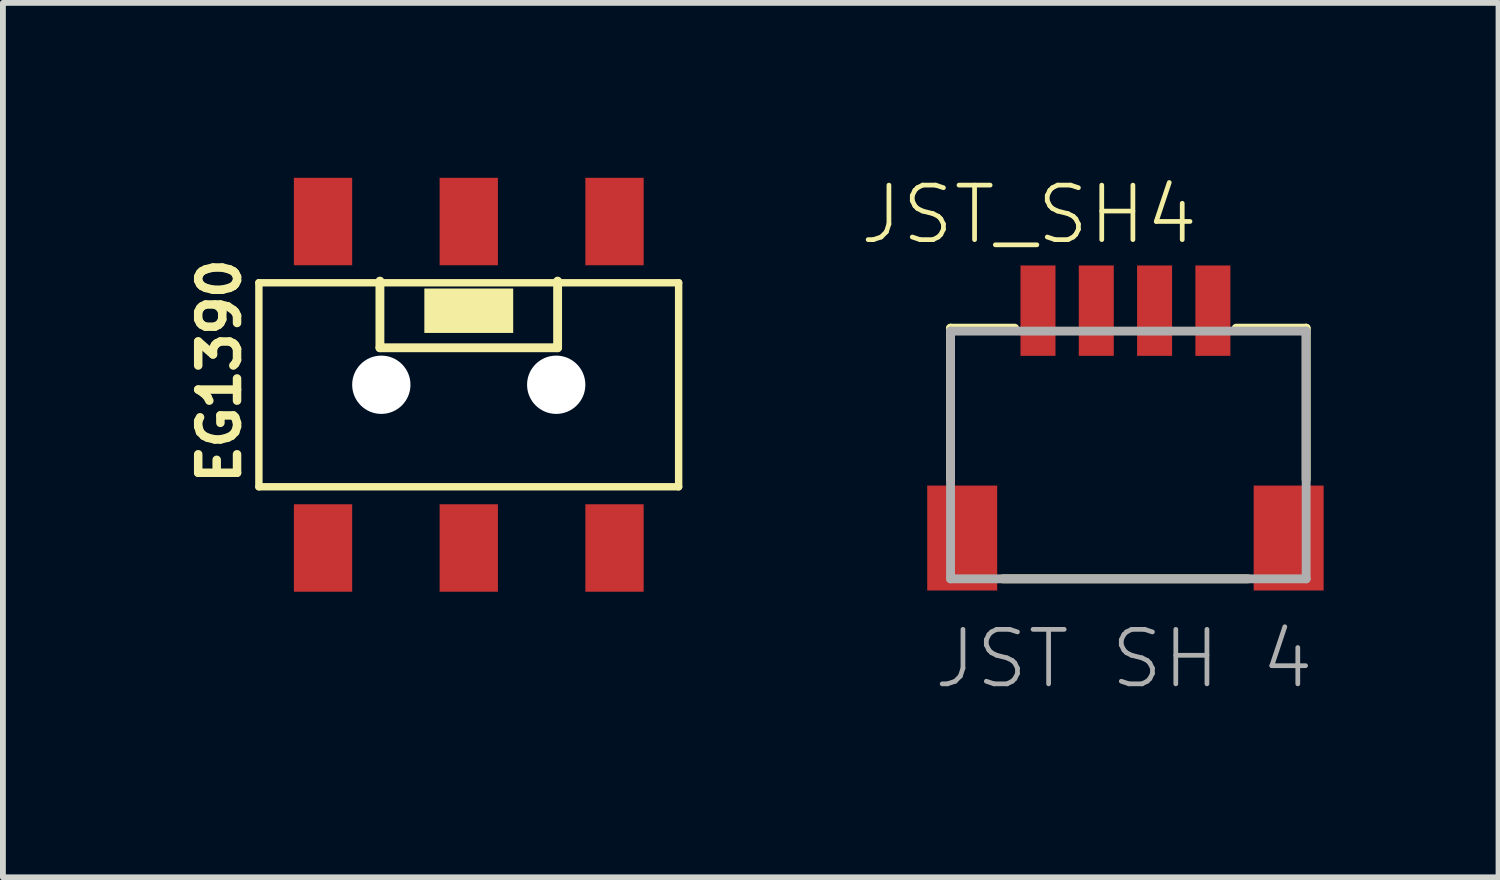
<source format=kicad_pcb>
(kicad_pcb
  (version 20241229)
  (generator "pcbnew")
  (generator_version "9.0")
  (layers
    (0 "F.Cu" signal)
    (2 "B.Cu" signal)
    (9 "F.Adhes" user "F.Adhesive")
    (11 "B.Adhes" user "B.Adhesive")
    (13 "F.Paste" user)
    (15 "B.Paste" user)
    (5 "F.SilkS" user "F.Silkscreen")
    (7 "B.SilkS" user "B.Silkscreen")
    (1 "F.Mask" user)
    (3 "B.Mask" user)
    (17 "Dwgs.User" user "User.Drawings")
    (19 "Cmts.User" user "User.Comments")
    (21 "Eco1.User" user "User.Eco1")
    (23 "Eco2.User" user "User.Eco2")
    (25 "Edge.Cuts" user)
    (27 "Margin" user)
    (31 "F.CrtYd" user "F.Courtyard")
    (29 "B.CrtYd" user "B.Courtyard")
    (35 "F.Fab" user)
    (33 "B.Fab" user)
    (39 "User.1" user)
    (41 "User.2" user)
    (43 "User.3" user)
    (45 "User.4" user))
  (footprint "EG1390"
    (layer "F.Cu")
    (at 4.991 3.55)
    (property "Reference" "EG1390" (at -3.886 1.764 90) (layer "F.SilkS") (effects (font (size 0.666 0.666) (thickness 0.146)) (justify left bottom)))
    (fp_line (start -3.6 -1.75) (end 3.6 -1.75) (stroke (width 0.127) (type solid)) (layer "F.SilkS"))
    (fp_line (start -3.6 1.75) (end -3.6 -1.75) (stroke (width 0.127) (type solid)) (layer "F.SilkS"))
    (fp_line (start -1.524 -1.778) (end -1.524 -0.635) (stroke (width 0.152) (type solid)) (layer "F.SilkS"))
    (fp_line (start -1.524 -0.635) (end 1.524 -0.635) (stroke (width 0.152) (type solid)) (layer "F.SilkS"))
    (fp_line (start 1.524 -0.635) (end 1.524 -1.778) (stroke (width 0.152) (type solid)) (layer "F.SilkS"))
    (fp_line (start 3.6 -1.75) (end 3.6 1.75) (stroke (width 0.127) (type solid)) (layer "F.SilkS"))
    (fp_line (start 3.6 1.75) (end -3.6 1.75) (stroke (width 0.127) (type solid)) (layer "F.SilkS"))
    (fp_poly (pts (xy -0.762 -0.889) (xy 0.762 -0.889) (xy 0.762 -1.651) (xy -0.762 -1.651)) (stroke (width 0) (type default)) (fill yes) (layer "F.SilkS"))
    (pad "" np_thru_hole circle (at -1.5 0) (size 1 1) (drill 1) (layers "*.Cu" "*.Mask"))
    (pad "" np_thru_hole circle (at 1.5 0) (size 1 1) (drill 1) (layers "*.Cu" "*.Mask"))
    (pad "O1" smd rect (at -2.5 -2.8) (size 1 1.5) (layers "F.Cu" "F.Mask" "F.Paste"))
    (pad "O2" smd rect (at -2.5 2.8) (size 1 1.5) (layers "F.Cu" "F.Mask" "F.Paste"))
    (pad "P1" smd rect (at 0 -2.8) (size 1 1.5) (layers "F.Cu" "F.Mask" "F.Paste"))
    (pad "P2" smd rect (at 0 2.8) (size 1 1.5) (layers "F.Cu" "F.Mask" "F.Paste"))
    (pad "S1" smd rect (at 2.5 -2.8) (size 1 1.5) (layers "F.Cu" "F.Mask" "F.Paste"))
    (pad "S2" smd rect (at 2.5 2.8) (size 1 1.5) (layers "F.Cu" "F.Mask" "F.Paste")))
  (footprint "JST_SH4"
    (layer "F.Cu")
    (at 16.255 4.285)
    (property "Reference" "JST_SH4" (at -4.6 -3.106 0) (layer "F.SilkS") (effects (font (size 0.935 0.935) (thickness 0.081)) (justify left bottom)))
    (fp_line (start -3 -1.706) (end -1.9 -1.706) (stroke (width 0.152) (type solid)) (layer "F.SilkS"))
    (fp_line (start -3 0.894) (end -3 -1.706) (stroke (width 0.152) (type solid)) (layer "F.SilkS"))
    (fp_line (start -2.1 2.594) (end 2.1 2.594) (stroke (width 0.152) (type solid)) (layer "F.SilkS"))
    (fp_line (start 1.9 -1.706) (end 3.1 -1.706) (stroke (width 0.152) (type solid)) (layer "F.SilkS"))
    (fp_line (start 3.1 -1.706) (end 3.1 0.894) (stroke (width 0.152) (type solid)) (layer "F.SilkS"))
    (fp_line (start -3 -1.656) (end 3.1 -1.656) (stroke (width 0.152) (type solid)) (layer "F.Fab"))
    (fp_line (start -3 2.594) (end -3 -1.656) (stroke (width 0.152) (type solid)) (layer "F.Fab"))
    (fp_line (start 3.1 -1.656) (end 3.1 2.594) (stroke (width 0.152) (type solid)) (layer "F.Fab"))
    (fp_line (start 3.1 2.594) (end -3 2.594) (stroke (width 0.152) (type solid)) (layer "F.Fab"))
    (fp_text user "JST SH 4" (at -3.33 4.514 0) (layer "F.Fab") (effects (font (size 0.935 0.935) (thickness 0.081)) (justify left bottom)))
    (pad "1" smd rect (at -1.5 -2.006 90) (size 1.55 0.6) (layers "F.Cu" "F.Mask" "F.Paste"))
    (pad "2" smd rect (at -0.5 -2.006 90) (size 1.55 0.6) (layers "F.Cu" "F.Mask" "F.Paste"))
    (pad "3" smd rect (at 0.5 -2.006 90) (size 1.55 0.6) (layers "F.Cu" "F.Mask" "F.Paste"))
    (pad "4" smd rect (at 1.5 -2.006 90) (size 1.55 0.6) (layers "F.Cu" "F.Mask" "F.Paste"))
    (pad "MT1" smd rect (at -2.8 1.894 90) (size 1.8 1.2) (layers "F.Cu" "F.Mask" "F.Paste"))
    (pad "MT2" smd rect (at 2.8 1.894 90) (size 1.8 1.2) (layers "F.Cu" "F.Mask" "F.Paste")))
  (gr_rect
    (start -3 -3)
    (end 22.655 11.999)
    (stroke (width 0.1) (type default))
    (fill no)
    (layer "Edge.Cuts")))
</source>
